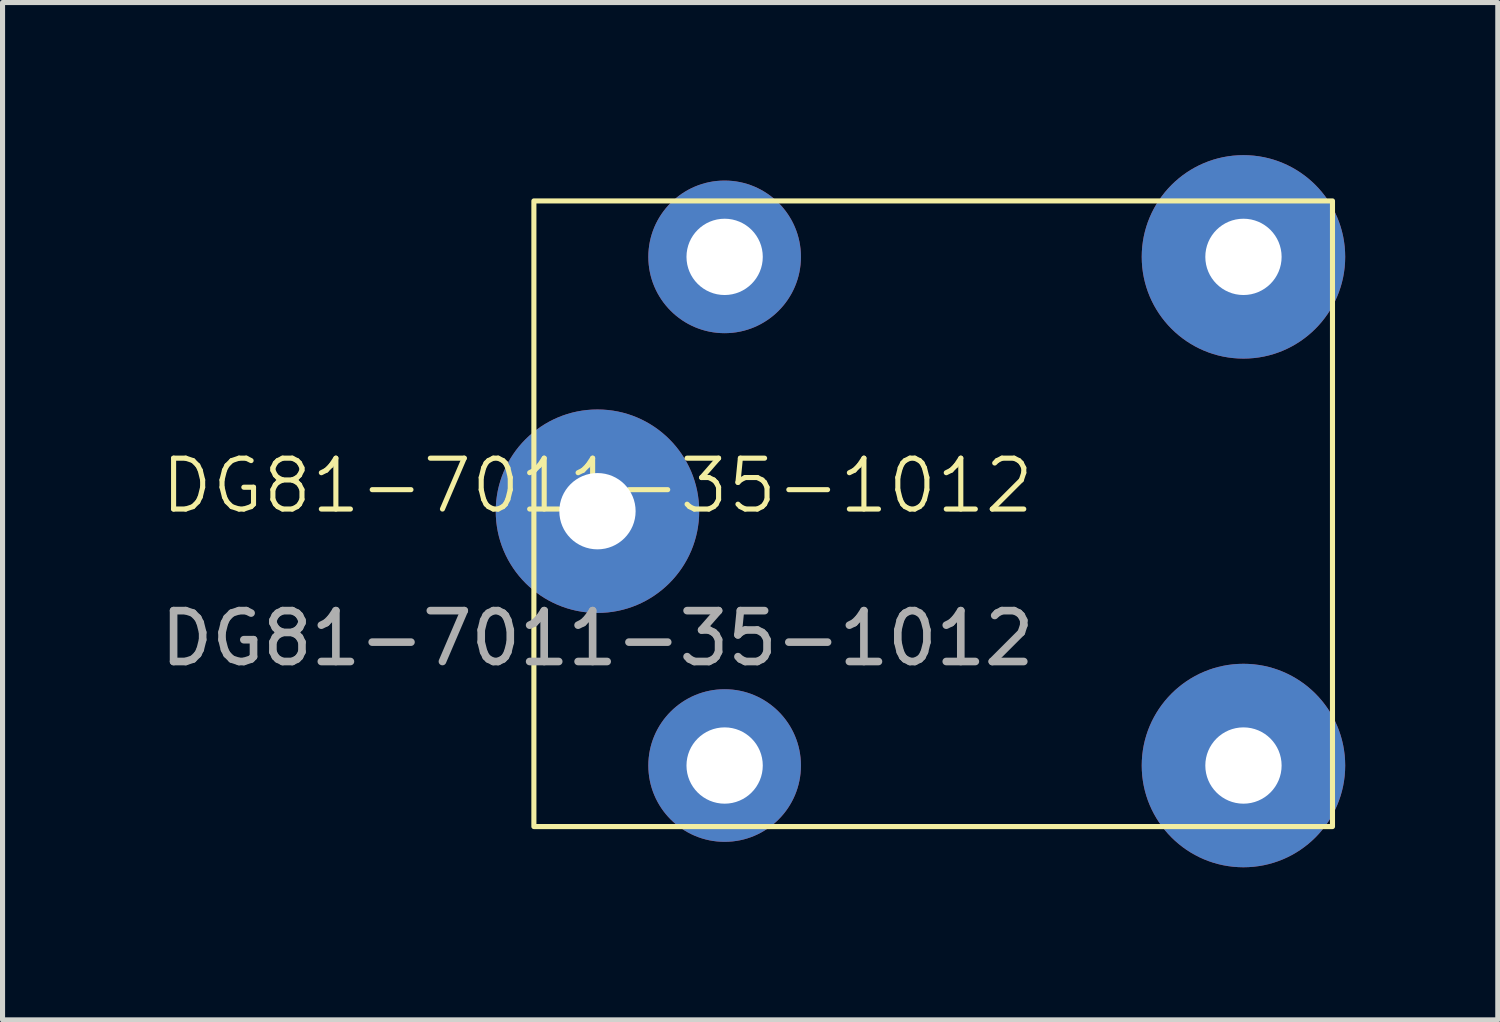
<source format=kicad_pcb>
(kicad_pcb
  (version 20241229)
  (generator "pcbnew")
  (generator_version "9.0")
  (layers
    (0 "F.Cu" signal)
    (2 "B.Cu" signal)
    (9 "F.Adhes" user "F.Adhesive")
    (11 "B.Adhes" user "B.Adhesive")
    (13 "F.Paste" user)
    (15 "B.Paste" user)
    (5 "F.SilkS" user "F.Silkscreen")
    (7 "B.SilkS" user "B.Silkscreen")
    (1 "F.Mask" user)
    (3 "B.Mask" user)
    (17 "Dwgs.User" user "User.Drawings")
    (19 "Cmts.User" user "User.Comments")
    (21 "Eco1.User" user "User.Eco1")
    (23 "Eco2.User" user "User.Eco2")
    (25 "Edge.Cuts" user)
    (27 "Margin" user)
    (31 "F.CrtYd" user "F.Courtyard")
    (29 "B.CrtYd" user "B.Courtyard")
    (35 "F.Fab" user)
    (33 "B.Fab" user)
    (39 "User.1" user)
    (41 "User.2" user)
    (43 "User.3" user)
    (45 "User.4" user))
  (footprint "DG81-7011-35-1012"
    (layer "F.Cu")
    (at 8.696 7)
    (property "Reference" "DG81-7011-35-1012" (at 0 -0.5 0) (unlocked yes) (layer "F.SilkS") (effects (font (size 1 1) (thickness 0.1))))
    (attr smd)
    (fp_rect (start -1.25 -6.1) (end 14.45 6.2) (stroke (width 0.1) (type default)) (fill no) (layer "F.SilkS"))
    (fp_text user "${REFERENCE}" (at 0 2.5 0) (unlocked yes) (layer "F.Fab") (effects (font (size 1 1) (thickness 0.15))))
    (pad "11" thru_hole circle (at 0 0) (size 4 4) (drill 1.5) (layers "*.Cu" "*.Mask"))
    (pad "12" thru_hole circle (at 12.7 5) (size 4 4) (drill 1.5) (layers "*.Cu" "*.Mask"))
    (pad "14" thru_hole circle (at 12.7 -5) (size 4 4) (drill 1.5) (layers "*.Cu" "*.Mask"))
    (pad "A1" thru_hole circle (at 2.5 -5) (size 3 3) (drill 1.5) (layers "*.Cu" "*.Mask"))
    (pad "A2" thru_hole circle (at 2.5 5) (size 3 3) (drill 1.5) (layers "*.Cu" "*.Mask")))
  (gr_rect
    (start -3 -3)
    (end 26.396 17)
    (stroke (width 0.1) (type default))
    (fill no)
    (layer "Edge.Cuts")))
</source>
